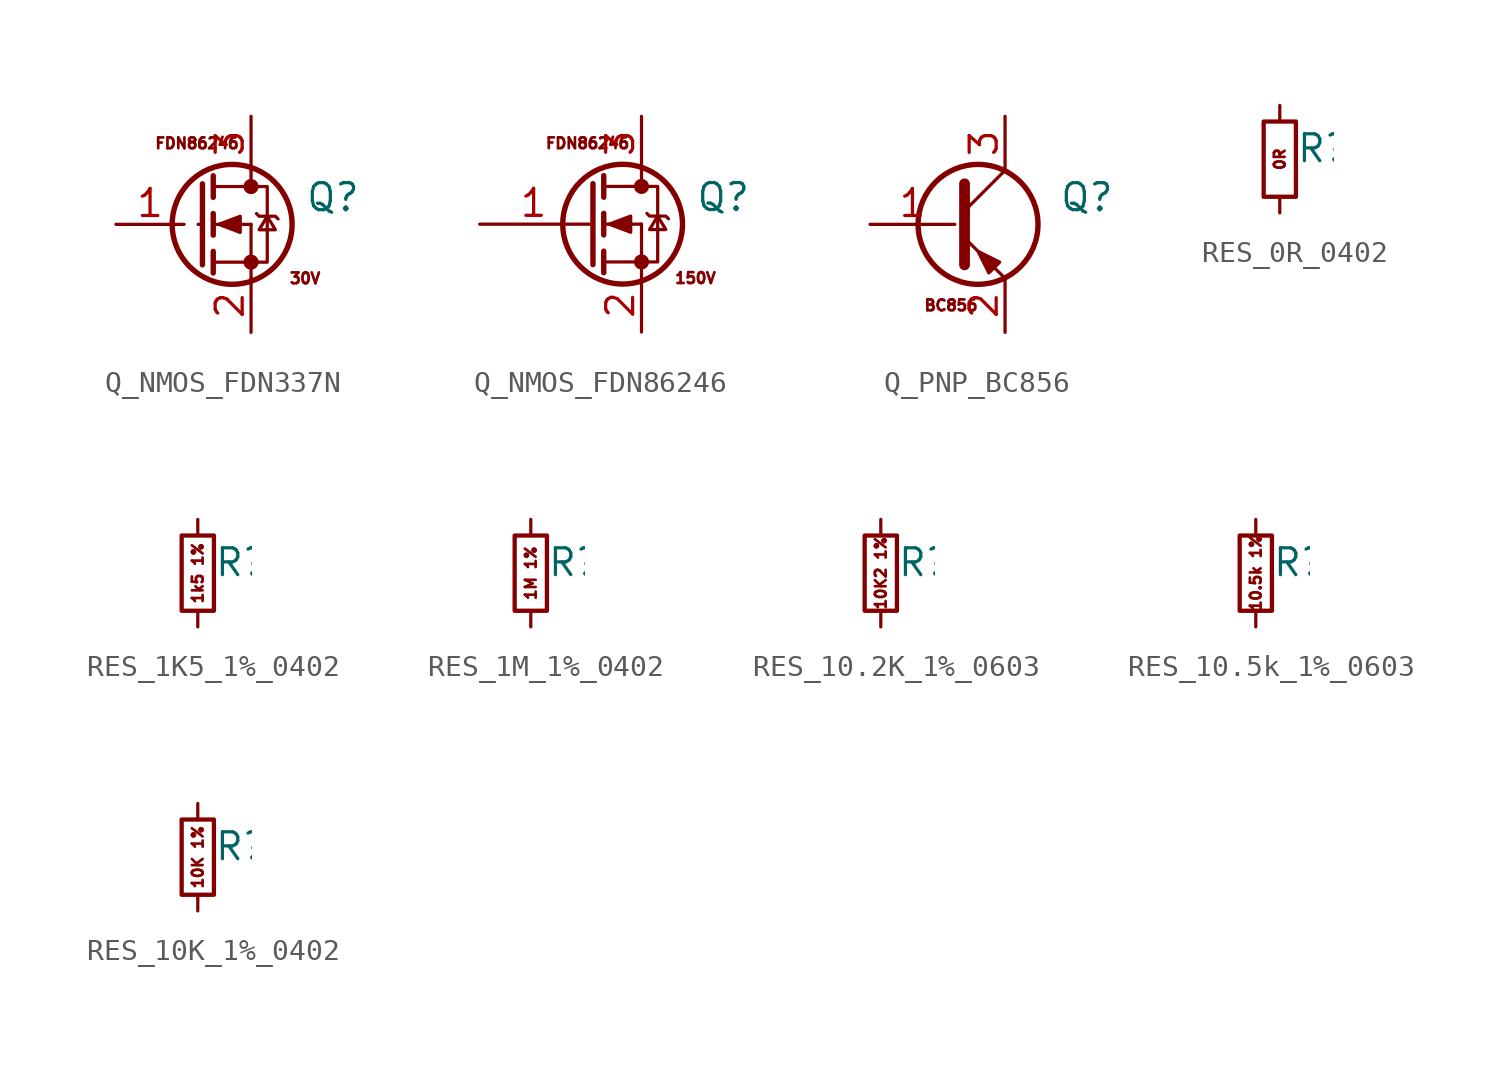
<source format=kicad_sym>
(kicad_symbol_lib
  (version 20211014)
  (generator kicad_symbol_editor)
  (symbol "Q_NMOS_FDN337N"
    (pin_names
      (offset 0) hide)
    (property "Reference" "Q"
      (at 5.08 1.27 0)
      (effects (font (size 1.27 1.27)) (justify left)))
    (symbol "Q_NMOS_FDN337N_0_0"
      (text "30V" (at 5.08 -2.54 0) (effects (font (size 0.508 0.508))))
      (text "FDN86246" (at 0 3.81 0) (effects (font (size 0.508 0.508)))))
    (symbol "Q_NMOS_FDN337N_0_1"
      (polyline (pts (xy 0.051 0) (xy 0.254 0)) (stroke (width 0) (type default) (color 0 0 0 0)) (fill (type none)))
      (polyline (pts (xy 0.762 -1.778) (xy 2.54 -1.778)) (stroke (width 0) (type default) (color 0 0 0 0)) (fill (type none)))
      (polyline (pts (xy 0.762 -1.27) (xy 0.762 -2.286)) (stroke (width 0.254) (type default) (color 0 0 0 0)) (fill (type none)))
      (polyline (pts (xy 0.762 0) (xy 2.54 0)) (stroke (width 0) (type default) (color 0 0 0 0)) (fill (type none)))
      (polyline (pts (xy 0.762 0.508) (xy 0.762 -0.508)) (stroke (width 0.254) (type default) (color 0 0 0 0)) (fill (type none)))
      (polyline (pts (xy 0.762 1.778) (xy 2.54 1.778)) (stroke (width 0) (type default) (color 0 0 0 0)) (fill (type none)))
      (polyline (pts (xy 0.762 2.286) (xy 0.762 1.27)) (stroke (width 0.254) (type default) (color 0 0 0 0)) (fill (type none)))
      (polyline (pts (xy 2.54 -1.778) (xy 2.54 -2.54)) (stroke (width 0) (type default) (color 0 0 0 0)) (fill (type none)))
      (polyline (pts (xy 2.54 -1.778) (xy 2.54 0)) (stroke (width 0) (type default) (color 0 0 0 0)) (fill (type none)))
      (polyline (pts (xy 2.54 2.54) (xy 2.54 1.778)) (stroke (width 0) (type default) (color 0 0 0 0)) (fill (type none)))
      (polyline (pts (xy 0.254 1.905) (xy 0.254 -1.905) (xy 0.254 -1.905)) (stroke (width 0.254) (type default) (color 0 0 0 0)) (fill (type none)))
      (polyline (pts (xy 1.016 0) (xy 2.032 0.381) (xy 2.032 -0.381) (xy 1.016 0)) (stroke (width 0) (type default) (color 0 0 0 0)) (fill (type outline)))
      (polyline (pts (xy 2.54 -1.778) (xy 3.302 -1.778) (xy 3.302 1.778) (xy 2.54 1.778)) (stroke (width 0) (type default) (color 0 0 0 0)) (fill (type none)))
      (polyline (pts (xy 2.794 0.508) (xy 2.921 0.381) (xy 3.683 0.381) (xy 3.81 0.254)) (stroke (width 0) (type default) (color 0 0 0 0)) (fill (type none)))
      (polyline (pts (xy 3.302 0.381) (xy 2.921 -0.254) (xy 3.683 -0.254) (xy 3.302 0.381)) (stroke (width 0) (type default) (color 0 0 0 0)) (fill (type none)))
      (circle (center 1.651 0) (radius 2.819) (stroke (width 0.254) (type default) (color 0 0 0 0)) (fill (type none)))
      (circle (center 2.54 -1.778) (radius 0.279) (stroke (width 0) (type default) (color 0 0 0 0)) (fill (type outline)))
      (circle (center 2.54 1.778) (radius 0.279) (stroke (width 0) (type default) (color 0 0 0 0)) (fill (type outline))))
    (symbol "Q_NMOS_FDN337N_1_1"
      (pin input line (at -3.81 0 0) (length 3.2) (name "G" (effects (font (size 1.27 1.27)))) (number "1" (effects (font (size 1.27 1.27)))))
      (pin passive line (at 2.54 -5.08 90) (length 2.54) (name "S" (effects (font (size 1.27 1.27)))) (number "2" (effects (font (size 1.27 1.27)))))
      (pin passive line (at 2.54 5.08 270) (length 2.54) (name "D" (effects (font (size 1.27 1.27)))) (number "3" (effects (font (size 1.27 1.27)))))))
  (symbol "Q_NMOS_FDN86246"
    (pin_names
      (offset 0) hide)
    (property "Reference" "Q"
      (at 5.08 1.27 0)
      (effects (font (size 1.27 1.27)) (justify left)))
    (symbol "Q_NMOS_FDN86246_0_0"
      (text "150V" (at 5.08 -2.54 0) (effects (font (size 0.508 0.508))))
      (text "FDN86246" (at 0 3.81 0) (effects (font (size 0.508 0.508)))))
    (symbol "Q_NMOS_FDN86246_0_1"
      (polyline (pts (xy 0.051 0) (xy 0.254 0)) (stroke (width 0) (type default) (color 0 0 0 0)) (fill (type none)))
      (polyline (pts (xy 0.762 -1.778) (xy 2.54 -1.778)) (stroke (width 0) (type default) (color 0 0 0 0)) (fill (type none)))
      (polyline (pts (xy 0.762 -1.27) (xy 0.762 -2.286)) (stroke (width 0.254) (type default) (color 0 0 0 0)) (fill (type none)))
      (polyline (pts (xy 0.762 0) (xy 2.54 0)) (stroke (width 0) (type default) (color 0 0 0 0)) (fill (type none)))
      (polyline (pts (xy 0.762 0.508) (xy 0.762 -0.508)) (stroke (width 0.254) (type default) (color 0 0 0 0)) (fill (type none)))
      (polyline (pts (xy 0.762 1.778) (xy 2.54 1.778)) (stroke (width 0) (type default) (color 0 0 0 0)) (fill (type none)))
      (polyline (pts (xy 0.762 2.286) (xy 0.762 1.27)) (stroke (width 0.254) (type default) (color 0 0 0 0)) (fill (type none)))
      (polyline (pts (xy 2.54 -1.778) (xy 2.54 -2.54)) (stroke (width 0) (type default) (color 0 0 0 0)) (fill (type none)))
      (polyline (pts (xy 2.54 -1.778) (xy 2.54 0)) (stroke (width 0) (type default) (color 0 0 0 0)) (fill (type none)))
      (polyline (pts (xy 2.54 2.54) (xy 2.54 1.778)) (stroke (width 0) (type default) (color 0 0 0 0)) (fill (type none)))
      (polyline (pts (xy 0.254 1.905) (xy 0.254 -1.905) (xy 0.254 -1.905)) (stroke (width 0.254) (type default) (color 0 0 0 0)) (fill (type none)))
      (polyline (pts (xy 1.016 0) (xy 2.032 0.381) (xy 2.032 -0.381) (xy 1.016 0)) (stroke (width 0) (type default) (color 0 0 0 0)) (fill (type outline)))
      (polyline (pts (xy 2.54 -1.778) (xy 3.302 -1.778) (xy 3.302 1.778) (xy 2.54 1.778)) (stroke (width 0) (type default) (color 0 0 0 0)) (fill (type none)))
      (polyline (pts (xy 2.794 0.508) (xy 2.921 0.381) (xy 3.683 0.381) (xy 3.81 0.254)) (stroke (width 0) (type default) (color 0 0 0 0)) (fill (type none)))
      (polyline (pts (xy 3.302 0.381) (xy 2.921 -0.254) (xy 3.683 -0.254) (xy 3.302 0.381)) (stroke (width 0) (type default) (color 0 0 0 0)) (fill (type none)))
      (circle (center 1.651 0) (radius 2.819) (stroke (width 0.254) (type default) (color 0 0 0 0)) (fill (type none)))
      (circle (center 2.54 -1.778) (radius 0.279) (stroke (width 0) (type default) (color 0 0 0 0)) (fill (type outline)))
      (circle (center 2.54 1.778) (radius 0.279) (stroke (width 0) (type default) (color 0 0 0 0)) (fill (type outline))))
    (symbol "Q_NMOS_FDN86246_1_1"
      (pin input line (at -5.08 0 0) (length 5.08) (name "G" (effects (font (size 1.27 1.27)))) (number "1" (effects (font (size 1.27 1.27)))))
      (pin passive line (at 2.54 -5.08 90) (length 2.54) (name "S" (effects (font (size 1.27 1.27)))) (number "2" (effects (font (size 1.27 1.27)))))
      (pin passive line (at 2.54 5.08 270) (length 2.54) (name "D" (effects (font (size 1.27 1.27)))) (number "3" (effects (font (size 1.27 1.27)))))))
  (symbol "Q_PNP_BC856"
    (pin_names
      (offset 0) hide)
    (property "Reference" "Q"
      (at 5.08 1.27 0)
      (effects (font (size 1.27 1.27)) (justify left)))
    (symbol "Q_PNP_BC856_0_0"
      (text "BC856" (at 0 -3.81 0) (effects (font (size 0.508 0.508)))))
    (symbol "Q_PNP_BC856_0_1"
      (polyline (pts (xy 0.635 0.635) (xy 2.54 2.54)) (stroke (width 0) (type default) (color 0 0 0 0)) (fill (type none)))
      (polyline (pts (xy 0.635 -0.635) (xy 2.54 -2.54) (xy 2.54 -2.54)) (stroke (width 0) (type default) (color 0 0 0 0)) (fill (type none)))
      (polyline (pts (xy 0.635 1.905) (xy 0.635 -1.905) (xy 0.635 -1.905)) (stroke (width 0.508) (type default) (color 0 0 0 0)) (fill (type none)))
      (polyline (pts (xy 2.286 -1.778) (xy 1.778 -2.286) (xy 1.27 -1.27) (xy 2.286 -1.778) (xy 2.286 -1.778)) (stroke (width 0) (type default) (color 0 0 0 0)) (fill (type outline)))
      (circle (center 1.27 0) (radius 2.819) (stroke (width 0.254) (type default) (color 0 0 0 0)) (fill (type none))))
    (symbol "Q_PNP_BC856_1_1"
      (pin input line (at -3.81 0 0) (length 3.988) (name "B" (effects (font (size 1.27 1.27)))) (number "1" (effects (font (size 1.27 1.27)))))
      (pin passive line (at 2.54 -5.08 90) (length 2.54) (name "E" (effects (font (size 1.27 1.27)))) (number "2" (effects (font (size 1.27 1.27)))))
      (pin passive line (at 2.54 5.08 270) (length 2.54) (name "C" (effects (font (size 1.27 1.27)))) (number "3" (effects (font (size 1.27 1.27)))))))
  (symbol "RES_0R_0402"
    (pin_numbers hide)
    (pin_names
      (offset 0.254) hide)
    (property "Reference" "R"
      (at 0.762 0.508 0)
      (effects (font (size 1.27 1.27)) (justify left)))
    (symbol "RES_0R_0402_0_0"
      (text "0R" (at 0 0 900) (effects (font (size 0.508 0.508)))))
    (symbol "RES_0R_0402_0_1"
      (rectangle (start -0.762 1.778) (end 0.762 -1.778) (stroke (width 0.203) (type default) (color 0 0 0 0)) (fill (type none))))
    (symbol "RES_0R_0402_1_1"
      (pin passive line (at 0 2.54 270) (length 0.762) (name "~" (effects (font (size 1.27 1.27)))) (number "1" (effects (font (size 1.27 1.27)))))
      (pin passive line (at 0 -2.54 90) (length 0.762) (name "~" (effects (font (size 1.27 1.27)))) (number "2" (effects (font (size 1.27 1.27)))))))
  (symbol "RES_1K5_1%_0402"
    (pin_numbers hide)
    (pin_names
      (offset 0.254) hide)
    (property "Reference" "R"
      (at 0.762 0.508 0)
      (effects (font (size 1.27 1.27)) (justify left)))
    (symbol "RES_1K5_1%_0402_0_0"
      (text "1k5 1%" (at 0 0 900) (effects (font (size 0.508 0.508)))))
    (symbol "RES_1K5_1%_0402_0_1"
      (rectangle (start -0.762 1.778) (end 0.762 -1.778) (stroke (width 0.203) (type default) (color 0 0 0 0)) (fill (type none))))
    (symbol "RES_1K5_1%_0402_1_1"
      (pin passive line (at 0 2.54 270) (length 0.762) (name "~" (effects (font (size 1.27 1.27)))) (number "1" (effects (font (size 1.27 1.27)))))
      (pin passive line (at 0 -2.54 90) (length 0.762) (name "~" (effects (font (size 1.27 1.27)))) (number "2" (effects (font (size 1.27 1.27)))))))
  (symbol "RES_1M_1%_0402"
    (pin_numbers hide)
    (pin_names
      (offset 0.254) hide)
    (property "Reference" "R"
      (at 0.762 0.508 0)
      (effects (font (size 1.27 1.27)) (justify left)))
    (symbol "RES_1M_1%_0402_0_0"
      (text "1M 1%" (at 0 0 900) (effects (font (size 0.508 0.508)))))
    (symbol "RES_1M_1%_0402_0_1"
      (rectangle (start -0.762 1.778) (end 0.762 -1.778) (stroke (width 0.203) (type default) (color 0 0 0 0)) (fill (type none))))
    (symbol "RES_1M_1%_0402_1_1"
      (pin passive line (at 0 2.54 270) (length 0.762) (name "~" (effects (font (size 1.27 1.27)))) (number "1" (effects (font (size 1.27 1.27)))))
      (pin passive line (at 0 -2.54 90) (length 0.762) (name "~" (effects (font (size 1.27 1.27)))) (number "2" (effects (font (size 1.27 1.27)))))))
  (symbol "RES_10.2K_1%_0603"
    (pin_numbers hide)
    (pin_names
      (offset 0.254) hide)
    (property "Reference" "R"
      (at 0.762 0.508 0)
      (effects (font (size 1.27 1.27)) (justify left)))
    (symbol "RES_10.2K_1%_0603_0_0"
      (text "10K2 1%" (at 0 0 900) (effects (font (size 0.508 0.508)))))
    (symbol "RES_10.2K_1%_0603_0_1"
      (rectangle (start -0.762 1.778) (end 0.762 -1.778) (stroke (width 0.203) (type default) (color 0 0 0 0)) (fill (type none))))
    (symbol "RES_10.2K_1%_0603_1_1"
      (pin passive line (at 0 2.54 270) (length 0.762) (name "~" (effects (font (size 1.27 1.27)))) (number "1" (effects (font (size 1.27 1.27)))))
      (pin passive line (at 0 -2.54 90) (length 0.762) (name "~" (effects (font (size 1.27 1.27)))) (number "2" (effects (font (size 1.27 1.27)))))))
  (symbol "RES_10.5k_1%_0603"
    (pin_numbers hide)
    (pin_names
      (offset 0.254) hide)
    (property "Reference" "R"
      (at 0.762 0.508 0)
      (effects (font (size 1.27 1.27)) (justify left)))
    (symbol "RES_10.5k_1%_0603_0_0"
      (text "10.5k 1%" (at 0 0 900) (effects (font (size 0.508 0.508)))))
    (symbol "RES_10.5k_1%_0603_0_1"
      (rectangle (start -0.762 1.778) (end 0.762 -1.778) (stroke (width 0.203) (type default) (color 0 0 0 0)) (fill (type none))))
    (symbol "RES_10.5k_1%_0603_1_1"
      (pin passive line (at 0 2.54 270) (length 0.762) (name "~" (effects (font (size 1.27 1.27)))) (number "1" (effects (font (size 1.27 1.27)))))
      (pin passive line (at 0 -2.54 90) (length 0.762) (name "~" (effects (font (size 1.27 1.27)))) (number "2" (effects (font (size 1.27 1.27)))))))
  (symbol "RES_10K_1%_0402"
    (pin_numbers hide)
    (pin_names
      (offset 0.254) hide)
    (property "Reference" "R"
      (at 0.762 0.508 0)
      (effects (font (size 1.27 1.27)) (justify left)))
    (symbol "RES_10K_1%_0402_0_0"
      (text "10K 1%" (at 0 0 900) (effects (font (size 0.508 0.508)))))
    (symbol "RES_10K_1%_0402_0_1"
      (rectangle (start -0.762 1.778) (end 0.762 -1.778) (stroke (width 0.203) (type default) (color 0 0 0 0)) (fill (type none))))
    (symbol "RES_10K_1%_0402_1_1"
      (pin passive line (at 0 2.54 270) (length 0.762) (name "~" (effects (font (size 1.27 1.27)))) (number "1" (effects (font (size 1.27 1.27)))))
      (pin passive line (at 0 -2.54 90) (length 0.762) (name "~" (effects (font (size 1.27 1.27)))) (number "2" (effects (font (size 1.27 1.27))))))))
</source>
